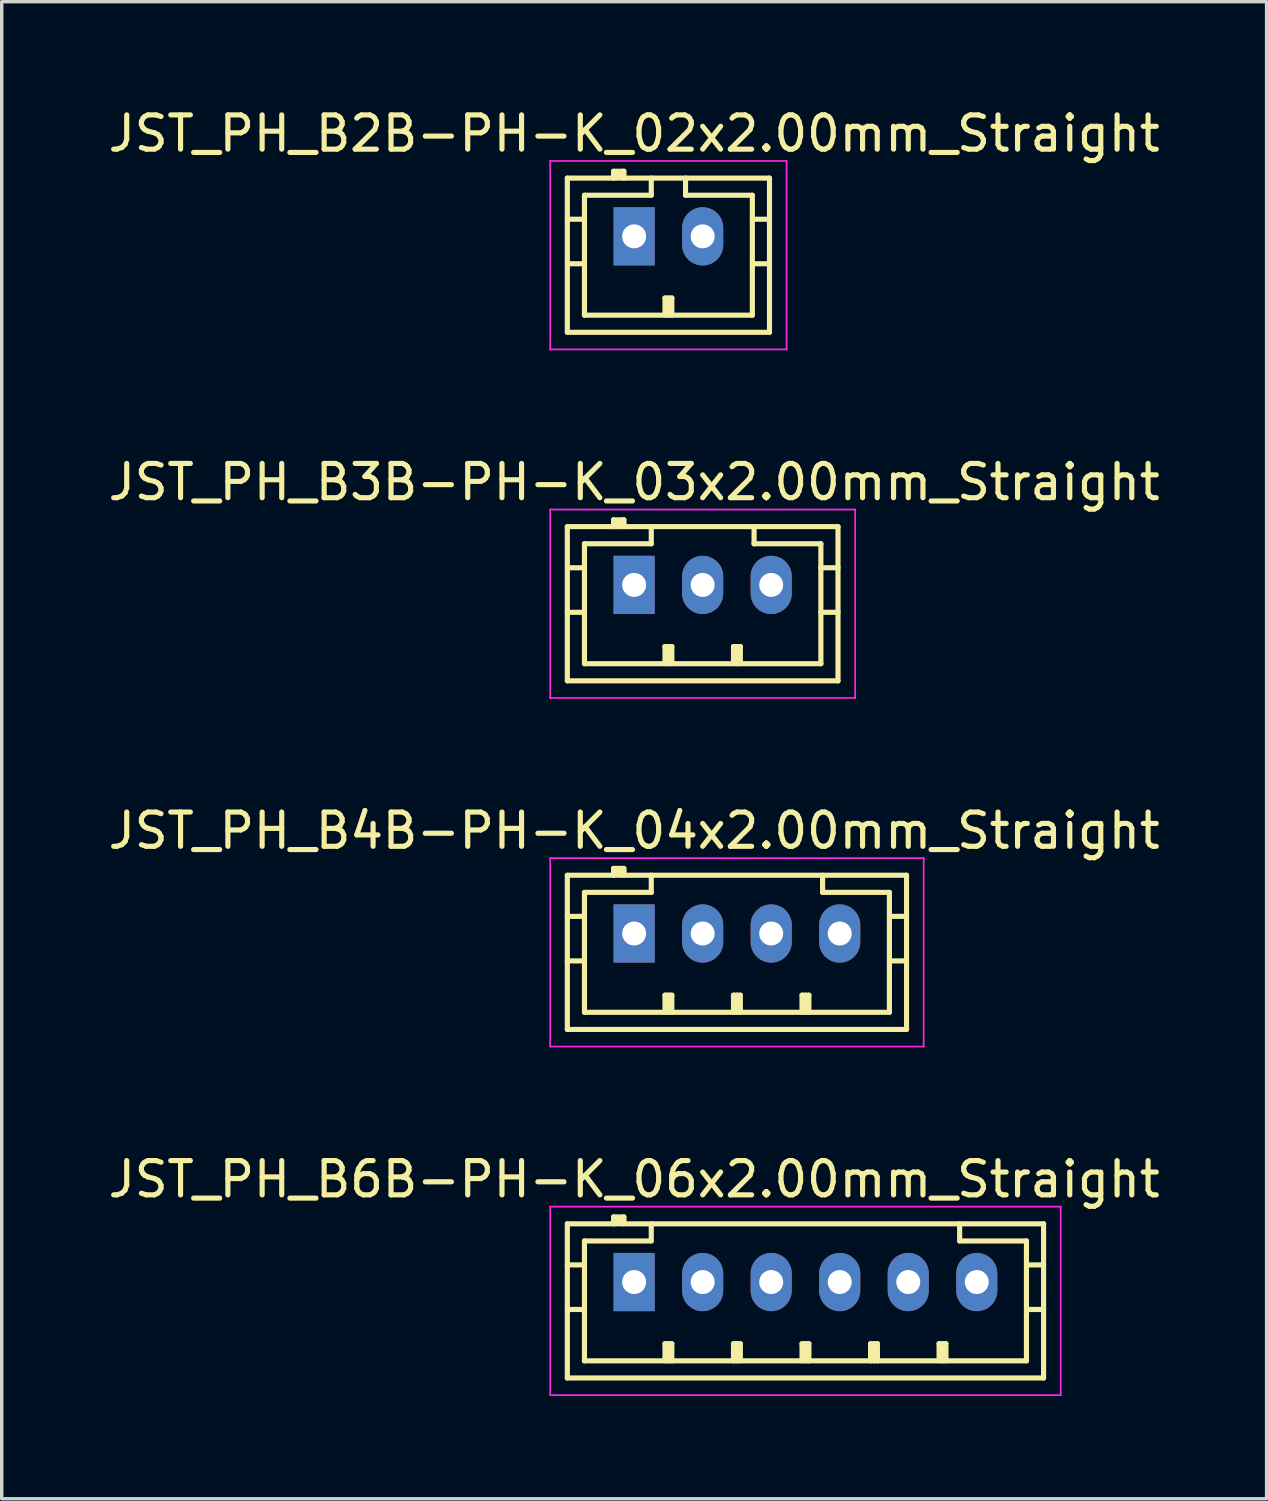
<source format=kicad_pcb>
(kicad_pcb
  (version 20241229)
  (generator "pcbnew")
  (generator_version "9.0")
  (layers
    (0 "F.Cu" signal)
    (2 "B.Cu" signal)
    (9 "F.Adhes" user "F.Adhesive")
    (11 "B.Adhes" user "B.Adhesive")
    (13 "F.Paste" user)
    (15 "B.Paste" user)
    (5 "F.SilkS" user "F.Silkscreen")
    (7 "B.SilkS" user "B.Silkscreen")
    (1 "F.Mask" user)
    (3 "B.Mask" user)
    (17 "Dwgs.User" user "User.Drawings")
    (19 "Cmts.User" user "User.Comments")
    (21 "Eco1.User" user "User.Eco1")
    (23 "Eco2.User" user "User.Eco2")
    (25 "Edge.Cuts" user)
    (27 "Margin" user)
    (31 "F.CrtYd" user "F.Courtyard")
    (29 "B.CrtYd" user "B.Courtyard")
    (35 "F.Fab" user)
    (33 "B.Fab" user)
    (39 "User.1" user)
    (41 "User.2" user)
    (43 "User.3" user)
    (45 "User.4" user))
  (footprint "JST_PH_B6B-PH-K_06x2.00mm_Straight"
    (layer "F.Cu")
    (at 15.458 34.368)
    (property "Reference" "JST_PH_B6B-PH-K_06x2.00mm_Straight" (at 0 -3 0) (layer "F.SilkS") (effects (font (size 1 1) (thickness 0.15))))
    (attr through_hole)
    (fp_line (start -1.95 -1.7) (end 11.95 -1.7) (stroke (width 0.15) (type solid)) (layer "F.SilkS"))
    (fp_line (start -1.95 -0.5) (end -1.45 -0.5) (stroke (width 0.15) (type solid)) (layer "F.SilkS"))
    (fp_line (start -1.95 0.8) (end -1.45 0.8) (stroke (width 0.15) (type solid)) (layer "F.SilkS"))
    (fp_line (start -1.95 2.8) (end -1.95 -1.7) (stroke (width 0.15) (type solid)) (layer "F.SilkS"))
    (fp_line (start -1.45 -1.2) (end -1.45 2.3) (stroke (width 0.15) (type solid)) (layer "F.SilkS"))
    (fp_line (start -1.45 2.3) (end 11.45 2.3) (stroke (width 0.15) (type solid)) (layer "F.SilkS"))
    (fp_line (start -0.6 -1.9) (end -0.6 -1.7) (stroke (width 0.15) (type solid)) (layer "F.SilkS"))
    (fp_line (start -0.3 -1.9) (end -0.6 -1.9) (stroke (width 0.15) (type solid)) (layer "F.SilkS"))
    (fp_line (start -0.3 -1.8) (end -0.6 -1.8) (stroke (width 0.15) (type solid)) (layer "F.SilkS"))
    (fp_line (start -0.3 -1.7) (end -0.3 -1.9) (stroke (width 0.15) (type solid)) (layer "F.SilkS"))
    (fp_line (start 0.5 -1.7) (end 0.5 -1.2) (stroke (width 0.15) (type solid)) (layer "F.SilkS"))
    (fp_line (start 0.5 -1.2) (end -1.45 -1.2) (stroke (width 0.15) (type solid)) (layer "F.SilkS"))
    (fp_line (start 0.9 1.8) (end 1.1 1.8) (stroke (width 0.15) (type solid)) (layer "F.SilkS"))
    (fp_line (start 0.9 2.3) (end 0.9 1.8) (stroke (width 0.15) (type solid)) (layer "F.SilkS"))
    (fp_line (start 1 2.3) (end 1 1.8) (stroke (width 0.15) (type solid)) (layer "F.SilkS"))
    (fp_line (start 1.1 1.8) (end 1.1 2.3) (stroke (width 0.15) (type solid)) (layer "F.SilkS"))
    (fp_line (start 2.9 1.8) (end 3.1 1.8) (stroke (width 0.15) (type solid)) (layer "F.SilkS"))
    (fp_line (start 2.9 2.3) (end 2.9 1.8) (stroke (width 0.15) (type solid)) (layer "F.SilkS"))
    (fp_line (start 3 2.3) (end 3 1.8) (stroke (width 0.15) (type solid)) (layer "F.SilkS"))
    (fp_line (start 3.1 1.8) (end 3.1 2.3) (stroke (width 0.15) (type solid)) (layer "F.SilkS"))
    (fp_line (start 4.9 1.8) (end 5.1 1.8) (stroke (width 0.15) (type solid)) (layer "F.SilkS"))
    (fp_line (start 4.9 2.3) (end 4.9 1.8) (stroke (width 0.15) (type solid)) (layer "F.SilkS"))
    (fp_line (start 5 2.3) (end 5 1.8) (stroke (width 0.15) (type solid)) (layer "F.SilkS"))
    (fp_line (start 5.1 1.8) (end 5.1 2.3) (stroke (width 0.15) (type solid)) (layer "F.SilkS"))
    (fp_line (start 6.9 1.8) (end 7.1 1.8) (stroke (width 0.15) (type solid)) (layer "F.SilkS"))
    (fp_line (start 6.9 2.3) (end 6.9 1.8) (stroke (width 0.15) (type solid)) (layer "F.SilkS"))
    (fp_line (start 7 2.3) (end 7 1.8) (stroke (width 0.15) (type solid)) (layer "F.SilkS"))
    (fp_line (start 7.1 1.8) (end 7.1 2.3) (stroke (width 0.15) (type solid)) (layer "F.SilkS"))
    (fp_line (start 8.9 1.8) (end 9.1 1.8) (stroke (width 0.15) (type solid)) (layer "F.SilkS"))
    (fp_line (start 8.9 2.3) (end 8.9 1.8) (stroke (width 0.15) (type solid)) (layer "F.SilkS"))
    (fp_line (start 9 2.3) (end 9 1.8) (stroke (width 0.15) (type solid)) (layer "F.SilkS"))
    (fp_line (start 9.1 1.8) (end 9.1 2.3) (stroke (width 0.15) (type solid)) (layer "F.SilkS"))
    (fp_line (start 9.5 -1.2) (end 9.5 -1.7) (stroke (width 0.15) (type solid)) (layer "F.SilkS"))
    (fp_line (start 11.45 -1.2) (end 9.5 -1.2) (stroke (width 0.15) (type solid)) (layer "F.SilkS"))
    (fp_line (start 11.45 -0.5) (end 11.95 -0.5) (stroke (width 0.15) (type solid)) (layer "F.SilkS"))
    (fp_line (start 11.45 0.8) (end 11.95 0.8) (stroke (width 0.15) (type solid)) (layer "F.SilkS"))
    (fp_line (start 11.45 2.3) (end 11.45 -1.2) (stroke (width 0.15) (type solid)) (layer "F.SilkS"))
    (fp_line (start 11.95 -1.7) (end 11.95 2.8) (stroke (width 0.15) (type solid)) (layer "F.SilkS"))
    (fp_line (start 11.95 2.8) (end -1.95 2.8) (stroke (width 0.15) (type solid)) (layer "F.SilkS"))
    (fp_line (start -2.45 -2.2) (end 12.45 -2.2) (stroke (width 0.05) (type solid)) (layer "F.CrtYd"))
    (fp_line (start -2.45 3.3) (end -2.45 -2.2) (stroke (width 0.05) (type solid)) (layer "F.CrtYd"))
    (fp_line (start 12.45 -2.2) (end 12.45 3.3) (stroke (width 0.05) (type solid)) (layer "F.CrtYd"))
    (fp_line (start 12.45 3.3) (end -2.45 3.3) (stroke (width 0.05) (type solid)) (layer "F.CrtYd"))
    (pad "1" thru_hole rect (at 0 0) (size 1.2 1.7) (drill 0.7) (layers "*.Cu" "*.Mask"))
    (pad "2" thru_hole oval (at 2 0) (size 1.2 1.7) (drill 0.7) (layers "*.Cu" "*.Mask"))
    (pad "3" thru_hole oval (at 4 0) (size 1.2 1.7) (drill 0.7) (layers "*.Cu" "*.Mask"))
    (pad "4" thru_hole oval (at 6 0) (size 1.2 1.7) (drill 0.7) (layers "*.Cu" "*.Mask"))
    (pad "5" thru_hole oval (at 8 0) (size 1.2 1.7) (drill 0.7) (layers "*.Cu" "*.Mask"))
    (pad "6" thru_hole oval (at 10 0) (size 1.2 1.7) (drill 0.7) (layers "*.Cu" "*.Mask")))
  (footprint "JST_PH_B3B-PH-K_03x2.00mm_Straight"
    (layer "F.Cu")
    (at 15.458 14.021)
    (property "Reference" "JST_PH_B3B-PH-K_03x2.00mm_Straight" (at 0 -3 0) (layer "F.SilkS") (effects (font (size 1 1) (thickness 0.15))))
    (attr through_hole)
    (fp_line (start -1.95 -1.7) (end 5.95 -1.7) (stroke (width 0.15) (type solid)) (layer "F.SilkS"))
    (fp_line (start -1.95 -0.5) (end -1.45 -0.5) (stroke (width 0.15) (type solid)) (layer "F.SilkS"))
    (fp_line (start -1.95 0.8) (end -1.45 0.8) (stroke (width 0.15) (type solid)) (layer "F.SilkS"))
    (fp_line (start -1.95 2.8) (end -1.95 -1.7) (stroke (width 0.15) (type solid)) (layer "F.SilkS"))
    (fp_line (start -1.45 -1.2) (end -1.45 2.3) (stroke (width 0.15) (type solid)) (layer "F.SilkS"))
    (fp_line (start -1.45 2.3) (end 5.45 2.3) (stroke (width 0.15) (type solid)) (layer "F.SilkS"))
    (fp_line (start -0.6 -1.9) (end -0.6 -1.7) (stroke (width 0.15) (type solid)) (layer "F.SilkS"))
    (fp_line (start -0.3 -1.9) (end -0.6 -1.9) (stroke (width 0.15) (type solid)) (layer "F.SilkS"))
    (fp_line (start -0.3 -1.8) (end -0.6 -1.8) (stroke (width 0.15) (type solid)) (layer "F.SilkS"))
    (fp_line (start -0.3 -1.7) (end -0.3 -1.9) (stroke (width 0.15) (type solid)) (layer "F.SilkS"))
    (fp_line (start 0.5 -1.7) (end 0.5 -1.2) (stroke (width 0.15) (type solid)) (layer "F.SilkS"))
    (fp_line (start 0.5 -1.2) (end -1.45 -1.2) (stroke (width 0.15) (type solid)) (layer "F.SilkS"))
    (fp_line (start 0.9 1.8) (end 1.1 1.8) (stroke (width 0.15) (type solid)) (layer "F.SilkS"))
    (fp_line (start 0.9 2.3) (end 0.9 1.8) (stroke (width 0.15) (type solid)) (layer "F.SilkS"))
    (fp_line (start 1 2.3) (end 1 1.8) (stroke (width 0.15) (type solid)) (layer "F.SilkS"))
    (fp_line (start 1.1 1.8) (end 1.1 2.3) (stroke (width 0.15) (type solid)) (layer "F.SilkS"))
    (fp_line (start 2.9 1.8) (end 3.1 1.8) (stroke (width 0.15) (type solid)) (layer "F.SilkS"))
    (fp_line (start 2.9 2.3) (end 2.9 1.8) (stroke (width 0.15) (type solid)) (layer "F.SilkS"))
    (fp_line (start 3 2.3) (end 3 1.8) (stroke (width 0.15) (type solid)) (layer "F.SilkS"))
    (fp_line (start 3.1 1.8) (end 3.1 2.3) (stroke (width 0.15) (type solid)) (layer "F.SilkS"))
    (fp_line (start 3.5 -1.2) (end 3.5 -1.7) (stroke (width 0.15) (type solid)) (layer "F.SilkS"))
    (fp_line (start 5.45 -1.2) (end 3.5 -1.2) (stroke (width 0.15) (type solid)) (layer "F.SilkS"))
    (fp_line (start 5.45 -0.5) (end 5.95 -0.5) (stroke (width 0.15) (type solid)) (layer "F.SilkS"))
    (fp_line (start 5.45 0.8) (end 5.95 0.8) (stroke (width 0.15) (type solid)) (layer "F.SilkS"))
    (fp_line (start 5.45 2.3) (end 5.45 -1.2) (stroke (width 0.15) (type solid)) (layer "F.SilkS"))
    (fp_line (start 5.95 -1.7) (end 5.95 2.8) (stroke (width 0.15) (type solid)) (layer "F.SilkS"))
    (fp_line (start 5.95 2.8) (end -1.95 2.8) (stroke (width 0.15) (type solid)) (layer "F.SilkS"))
    (fp_line (start -2.45 -2.2) (end 6.45 -2.2) (stroke (width 0.05) (type solid)) (layer "F.CrtYd"))
    (fp_line (start -2.45 3.3) (end -2.45 -2.2) (stroke (width 0.05) (type solid)) (layer "F.CrtYd"))
    (fp_line (start 6.45 -2.2) (end 6.45 3.3) (stroke (width 0.05) (type solid)) (layer "F.CrtYd"))
    (fp_line (start 6.45 3.3) (end -2.45 3.3) (stroke (width 0.05) (type solid)) (layer "F.CrtYd"))
    (pad "1" thru_hole rect (at 0 0) (size 1.2 1.7) (drill 0.7) (layers "*.Cu" "*.Mask"))
    (pad "2" thru_hole oval (at 2 0) (size 1.2 1.7) (drill 0.7) (layers "*.Cu" "*.Mask"))
    (pad "3" thru_hole oval (at 4 0) (size 1.2 1.7) (drill 0.7) (layers "*.Cu" "*.Mask")))
  (footprint "JST_PH_B4B-PH-K_04x2.00mm_Straight"
    (layer "F.Cu")
    (at 15.458 24.195)
    (property "Reference" "JST_PH_B4B-PH-K_04x2.00mm_Straight" (at 0 -3 0) (layer "F.SilkS") (effects (font (size 1 1) (thickness 0.15))))
    (attr through_hole)
    (fp_line (start -1.95 -1.7) (end 7.95 -1.7) (stroke (width 0.15) (type solid)) (layer "F.SilkS"))
    (fp_line (start -1.95 -0.5) (end -1.45 -0.5) (stroke (width 0.15) (type solid)) (layer "F.SilkS"))
    (fp_line (start -1.95 0.8) (end -1.45 0.8) (stroke (width 0.15) (type solid)) (layer "F.SilkS"))
    (fp_line (start -1.95 2.8) (end -1.95 -1.7) (stroke (width 0.15) (type solid)) (layer "F.SilkS"))
    (fp_line (start -1.45 -1.2) (end -1.45 2.3) (stroke (width 0.15) (type solid)) (layer "F.SilkS"))
    (fp_line (start -1.45 2.3) (end 7.45 2.3) (stroke (width 0.15) (type solid)) (layer "F.SilkS"))
    (fp_line (start -0.6 -1.9) (end -0.6 -1.7) (stroke (width 0.15) (type solid)) (layer "F.SilkS"))
    (fp_line (start -0.3 -1.9) (end -0.6 -1.9) (stroke (width 0.15) (type solid)) (layer "F.SilkS"))
    (fp_line (start -0.3 -1.8) (end -0.6 -1.8) (stroke (width 0.15) (type solid)) (layer "F.SilkS"))
    (fp_line (start -0.3 -1.7) (end -0.3 -1.9) (stroke (width 0.15) (type solid)) (layer "F.SilkS"))
    (fp_line (start 0.5 -1.7) (end 0.5 -1.2) (stroke (width 0.15) (type solid)) (layer "F.SilkS"))
    (fp_line (start 0.5 -1.2) (end -1.45 -1.2) (stroke (width 0.15) (type solid)) (layer "F.SilkS"))
    (fp_line (start 0.9 1.8) (end 1.1 1.8) (stroke (width 0.15) (type solid)) (layer "F.SilkS"))
    (fp_line (start 0.9 2.3) (end 0.9 1.8) (stroke (width 0.15) (type solid)) (layer "F.SilkS"))
    (fp_line (start 1 2.3) (end 1 1.8) (stroke (width 0.15) (type solid)) (layer "F.SilkS"))
    (fp_line (start 1.1 1.8) (end 1.1 2.3) (stroke (width 0.15) (type solid)) (layer "F.SilkS"))
    (fp_line (start 2.9 1.8) (end 3.1 1.8) (stroke (width 0.15) (type solid)) (layer "F.SilkS"))
    (fp_line (start 2.9 2.3) (end 2.9 1.8) (stroke (width 0.15) (type solid)) (layer "F.SilkS"))
    (fp_line (start 3 2.3) (end 3 1.8) (stroke (width 0.15) (type solid)) (layer "F.SilkS"))
    (fp_line (start 3.1 1.8) (end 3.1 2.3) (stroke (width 0.15) (type solid)) (layer "F.SilkS"))
    (fp_line (start 4.9 1.8) (end 5.1 1.8) (stroke (width 0.15) (type solid)) (layer "F.SilkS"))
    (fp_line (start 4.9 2.3) (end 4.9 1.8) (stroke (width 0.15) (type solid)) (layer "F.SilkS"))
    (fp_line (start 5 2.3) (end 5 1.8) (stroke (width 0.15) (type solid)) (layer "F.SilkS"))
    (fp_line (start 5.1 1.8) (end 5.1 2.3) (stroke (width 0.15) (type solid)) (layer "F.SilkS"))
    (fp_line (start 5.5 -1.2) (end 5.5 -1.7) (stroke (width 0.15) (type solid)) (layer "F.SilkS"))
    (fp_line (start 7.45 -1.2) (end 5.5 -1.2) (stroke (width 0.15) (type solid)) (layer "F.SilkS"))
    (fp_line (start 7.45 -0.5) (end 7.95 -0.5) (stroke (width 0.15) (type solid)) (layer "F.SilkS"))
    (fp_line (start 7.45 0.8) (end 7.95 0.8) (stroke (width 0.15) (type solid)) (layer "F.SilkS"))
    (fp_line (start 7.45 2.3) (end 7.45 -1.2) (stroke (width 0.15) (type solid)) (layer "F.SilkS"))
    (fp_line (start 7.95 -1.7) (end 7.95 2.8) (stroke (width 0.15) (type solid)) (layer "F.SilkS"))
    (fp_line (start 7.95 2.8) (end -1.95 2.8) (stroke (width 0.15) (type solid)) (layer "F.SilkS"))
    (fp_line (start -2.45 -2.2) (end 8.45 -2.2) (stroke (width 0.05) (type solid)) (layer "F.CrtYd"))
    (fp_line (start -2.45 3.3) (end -2.45 -2.2) (stroke (width 0.05) (type solid)) (layer "F.CrtYd"))
    (fp_line (start 8.45 -2.2) (end 8.45 3.3) (stroke (width 0.05) (type solid)) (layer "F.CrtYd"))
    (fp_line (start 8.45 3.3) (end -2.45 3.3) (stroke (width 0.05) (type solid)) (layer "F.CrtYd"))
    (pad "1" thru_hole rect (at 0 0) (size 1.2 1.7) (drill 0.7) (layers "*.Cu" "*.Mask"))
    (pad "2" thru_hole oval (at 2 0) (size 1.2 1.7) (drill 0.7) (layers "*.Cu" "*.Mask"))
    (pad "3" thru_hole oval (at 4 0) (size 1.2 1.7) (drill 0.7) (layers "*.Cu" "*.Mask"))
    (pad "4" thru_hole oval (at 6 0) (size 1.2 1.7) (drill 0.7) (layers "*.Cu" "*.Mask")))
  (footprint "JST_PH_B2B-PH-K_02x2.00mm_Straight"
    (layer "F.Cu")
    (at 15.458 3.848)
    (property "Reference" "JST_PH_B2B-PH-K_02x2.00mm_Straight" (at 0 -3 0) (layer "F.SilkS") (effects (font (size 1 1) (thickness 0.15))))
    (attr through_hole)
    (fp_line (start -1.95 -1.7) (end 3.95 -1.7) (stroke (width 0.15) (type solid)) (layer "F.SilkS"))
    (fp_line (start -1.95 -0.5) (end -1.45 -0.5) (stroke (width 0.15) (type solid)) (layer "F.SilkS"))
    (fp_line (start -1.95 0.8) (end -1.45 0.8) (stroke (width 0.15) (type solid)) (layer "F.SilkS"))
    (fp_line (start -1.95 2.8) (end -1.95 -1.7) (stroke (width 0.15) (type solid)) (layer "F.SilkS"))
    (fp_line (start -1.45 -1.2) (end -1.45 2.3) (stroke (width 0.15) (type solid)) (layer "F.SilkS"))
    (fp_line (start -1.45 2.3) (end 3.45 2.3) (stroke (width 0.15) (type solid)) (layer "F.SilkS"))
    (fp_line (start -0.6 -1.9) (end -0.6 -1.7) (stroke (width 0.15) (type solid)) (layer "F.SilkS"))
    (fp_line (start -0.3 -1.9) (end -0.6 -1.9) (stroke (width 0.15) (type solid)) (layer "F.SilkS"))
    (fp_line (start -0.3 -1.8) (end -0.6 -1.8) (stroke (width 0.15) (type solid)) (layer "F.SilkS"))
    (fp_line (start -0.3 -1.7) (end -0.3 -1.9) (stroke (width 0.15) (type solid)) (layer "F.SilkS"))
    (fp_line (start 0.5 -1.7) (end 0.5 -1.2) (stroke (width 0.15) (type solid)) (layer "F.SilkS"))
    (fp_line (start 0.5 -1.2) (end -1.45 -1.2) (stroke (width 0.15) (type solid)) (layer "F.SilkS"))
    (fp_line (start 0.9 1.8) (end 1.1 1.8) (stroke (width 0.15) (type solid)) (layer "F.SilkS"))
    (fp_line (start 0.9 2.3) (end 0.9 1.8) (stroke (width 0.15) (type solid)) (layer "F.SilkS"))
    (fp_line (start 1 2.3) (end 1 1.8) (stroke (width 0.15) (type solid)) (layer "F.SilkS"))
    (fp_line (start 1.1 1.8) (end 1.1 2.3) (stroke (width 0.15) (type solid)) (layer "F.SilkS"))
    (fp_line (start 1.5 -1.2) (end 1.5 -1.7) (stroke (width 0.15) (type solid)) (layer "F.SilkS"))
    (fp_line (start 3.45 -1.2) (end 1.5 -1.2) (stroke (width 0.15) (type solid)) (layer "F.SilkS"))
    (fp_line (start 3.45 -0.5) (end 3.95 -0.5) (stroke (width 0.15) (type solid)) (layer "F.SilkS"))
    (fp_line (start 3.45 0.8) (end 3.95 0.8) (stroke (width 0.15) (type solid)) (layer "F.SilkS"))
    (fp_line (start 3.45 2.3) (end 3.45 -1.2) (stroke (width 0.15) (type solid)) (layer "F.SilkS"))
    (fp_line (start 3.95 -1.7) (end 3.95 2.8) (stroke (width 0.15) (type solid)) (layer "F.SilkS"))
    (fp_line (start 3.95 2.8) (end -1.95 2.8) (stroke (width 0.15) (type solid)) (layer "F.SilkS"))
    (fp_line (start -2.45 -2.2) (end 4.45 -2.2) (stroke (width 0.05) (type solid)) (layer "F.CrtYd"))
    (fp_line (start -2.45 3.3) (end -2.45 -2.2) (stroke (width 0.05) (type solid)) (layer "F.CrtYd"))
    (fp_line (start 4.45 -2.2) (end 4.45 3.3) (stroke (width 0.05) (type solid)) (layer "F.CrtYd"))
    (fp_line (start 4.45 3.3) (end -2.45 3.3) (stroke (width 0.05) (type solid)) (layer "F.CrtYd"))
    (pad "1" thru_hole rect (at 0 0) (size 1.2 1.7) (drill 0.7) (layers "*.Cu" "*.Mask"))
    (pad "2" thru_hole oval (at 2 0) (size 1.2 1.7) (drill 0.7) (layers "*.Cu" "*.Mask")))
  (gr_rect
    (start -3 -3)
    (end 33.917 40.693)
    (stroke (width 0.1) (type default))
    (fill no)
    (layer "Edge.Cuts")))
</source>
